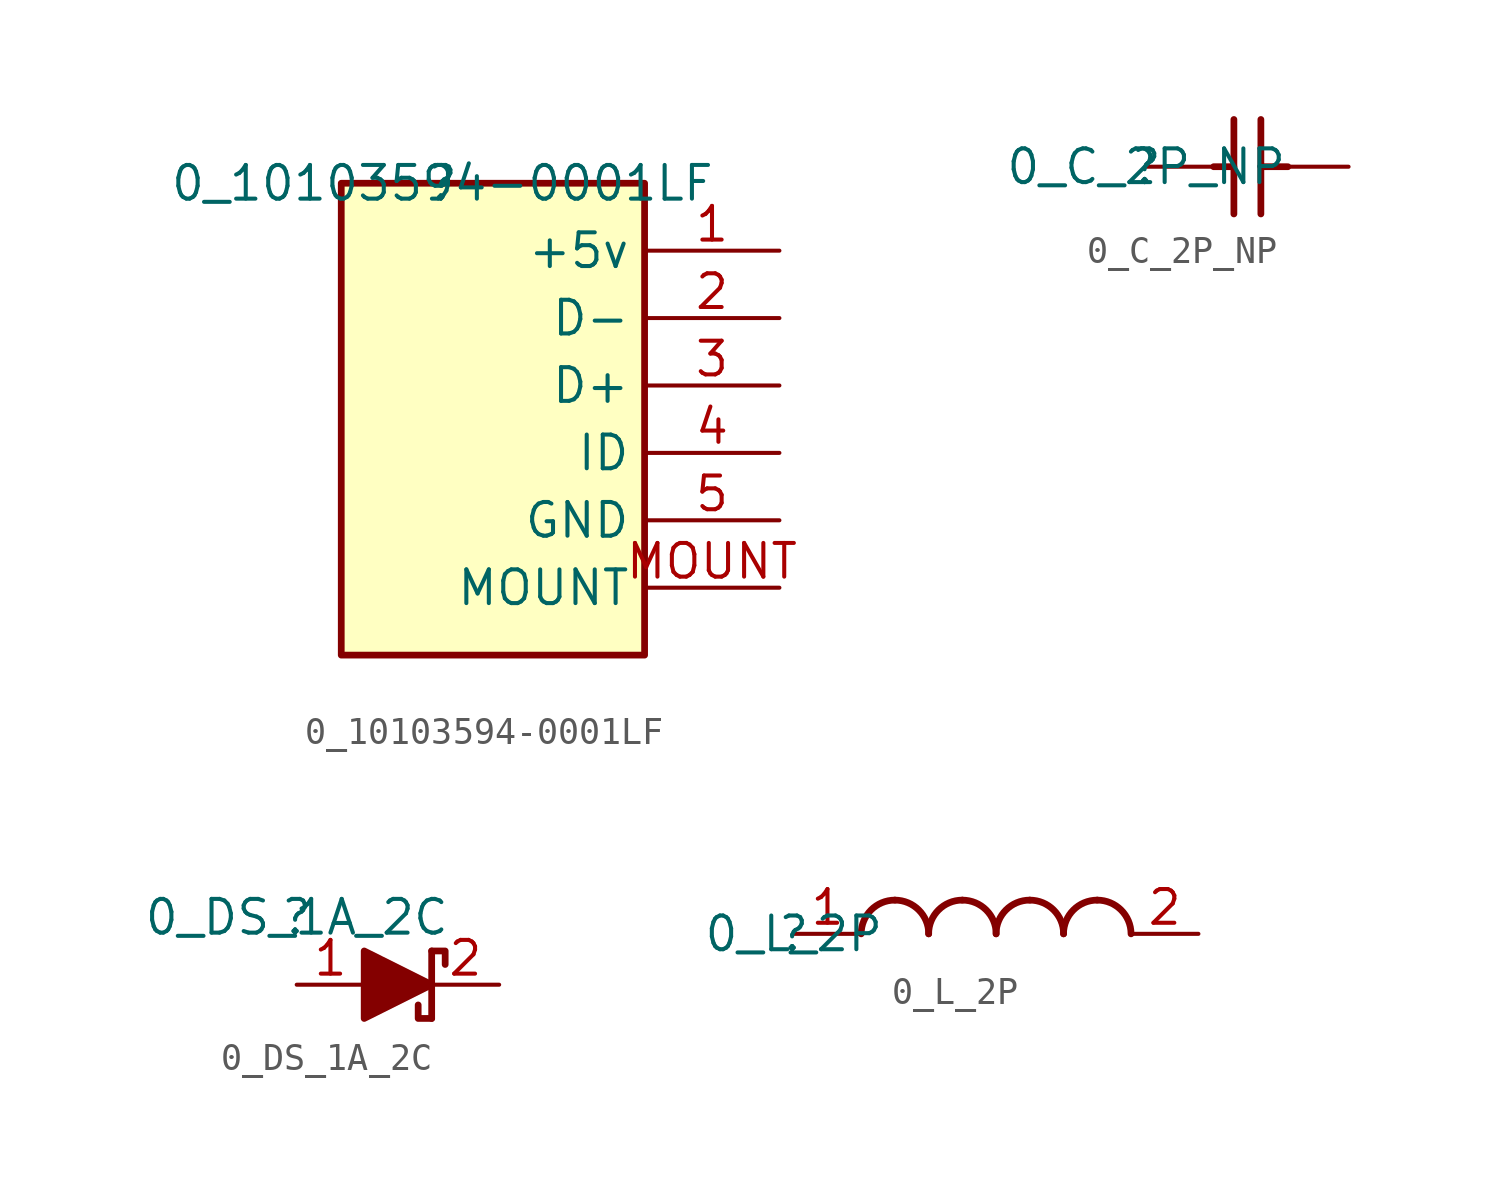
<source format=kicad_sym>
(kicad_symbol_lib
  (version 20211014)
  (generator kicad_symbol_editor)
  (symbol "0_10103594-0001LF"
    (property "Reference" ""
      (at 0 0 0)
      (effects (font (size 1.27 1.27))))
    (property "Value" "0_10103594-0001LF"
      (at 0 0 0)
      (effects (font (size 1.27 1.27))))
    (symbol "0_10103594-0001LF_1_0"
      (rectangle (start 7.62 0) (end -3.81 -17.78) (stroke (width 0.254) (type default) (color 0 0 0 0)) (fill (type background)))
      (pin passive line (at 12.7 -2.54 180) (length 5.08) (name "+5v" (effects (font (size 1.27 1.27)))) (number "1" (effects (font (size 1.27 1.27)))))
      (pin passive line (at 12.7 -5.08 180) (length 5.08) (name "D-" (effects (font (size 1.27 1.27)))) (number "2" (effects (font (size 1.27 1.27)))))
      (pin passive line (at 12.7 -7.62 180) (length 5.08) (name "D+" (effects (font (size 1.27 1.27)))) (number "3" (effects (font (size 1.27 1.27)))))
      (pin passive line (at 12.7 -10.16 180) (length 5.08) (name "ID" (effects (font (size 1.27 1.27)))) (number "4" (effects (font (size 1.27 1.27)))))
      (pin passive line (at 12.7 -12.7 180) (length 5.08) (name "GND" (effects (font (size 1.27 1.27)))) (number "5" (effects (font (size 1.27 1.27)))))
      (pin passive line (at 12.7 -15.24 180) (length 5.08) (name "MOUNT" (effects (font (size 1.27 1.27)))) (number "MOUNT" (effects (font (size 1.27 1.27)))))))
  (symbol "0_C_2P_NP"
    (property "Reference" ""
      (at 0 0 0)
      (effects (font (size 1.27 1.27))))
    (property "Value" "0_C_2P_NP"
      (at 0 0 0)
      (effects (font (size 1.27 1.27))))
    (symbol "0_C_2P_NP_1_0"
      (polyline (pts (xy 2.54 0) (xy 3.302 0)) (stroke (width 0.254) (type default) (color 0 0 0 0)) (fill (type none)))
      (polyline (pts (xy 3.302 1.778) (xy 3.302 -1.778)) (stroke (width 0.254) (type default) (color 0 0 0 0)) (fill (type none)))
      (polyline (pts (xy 4.318 1.778) (xy 4.318 -1.778)) (stroke (width 0.254) (type default) (color 0 0 0 0)) (fill (type none)))
      (polyline (pts (xy 5.334 0) (xy 4.318 0)) (stroke (width 0.254) (type default) (color 0 0 0 0)) (fill (type none)))
      (pin passive line (at 0 0 0) (length 2.54) (name "1" (effects (font (size 0 0)))) (number "1" (effects (font (size 0 0)))))
      (pin passive line (at 7.62 0 180) (length 2.54) (name "1" (effects (font (size 0 0)))) (number "2" (effects (font (size 0 0)))))))
  (symbol "0_DS_1A_2C"
    (property "Reference" ""
      (at 0 0 0)
      (effects (font (size 1.27 1.27))))
    (property "Value" "0_DS_1A_2C"
      (at 0 0 0)
      (effects (font (size 1.27 1.27))))
    (symbol "0_DS_1A_2C_1_0"
      (polyline (pts (xy 5.08 -1.27) (xy 5.08 -3.81)) (stroke (width 0.254) (type default) (color 0 0 0 0)) (fill (type none)))
      (polyline (pts (xy 5.08 -3.81) (xy 4.572 -3.81) (xy 4.572 -3.302)) (stroke (width 0.254) (type default) (color 0 0 0 0)) (fill (type none)))
      (polyline (pts (xy 5.08 -1.27) (xy 5.588 -1.27) (xy 5.588 -1.778)) (stroke (width 0.254) (type default) (color 0 0 0 0)) (fill (type none)))
      (polyline (pts (xy 2.54 -3.81) (xy 5.08 -2.54) (xy 2.54 -1.27) (xy 2.54 -3.81)) (stroke (width 0.254) (type default) (color 0 0 0 0)) (fill (type outline)))
      (pin passive line (at 0 -2.54 0) (length 2.54) (name "A" (effects (font (size 0 0)))) (number "1" (effects (font (size 1.27 1.27)))))
      (pin passive line (at 7.62 -2.54 180) (length 2.54) (name "K" (effects (font (size 0 0)))) (number "2" (effects (font (size 1.27 1.27)))))))
  (symbol "0_L_2P"
    (property "Reference" ""
      (at 0 0 0)
      (effects (font (size 1.27 1.27))))
    (property "Value" "0_L_2P"
      (at 0 0 0)
      (effects (font (size 1.27 1.27))))
    (symbol "0_L_2P_1_0"
      (arc (start 3.81 1.27) (mid 2.912 0.898) (end 2.54 0) (stroke (width 0.254) (type default) (color 0 0 0 0)) (fill (type none)))
      (arc (start 5.08 0) (mid 4.708 0.898) (end 3.81 1.27) (stroke (width 0.254) (type default) (color 0 0 0 0)) (fill (type none)))
      (arc (start 6.35 1.27) (mid 5.452 0.898) (end 5.08 0) (stroke (width 0.254) (type default) (color 0 0 0 0)) (fill (type none)))
      (arc (start 7.62 0) (mid 7.248 0.898) (end 6.35 1.27) (stroke (width 0.254) (type default) (color 0 0 0 0)) (fill (type none)))
      (arc (start 8.89 1.27) (mid 7.992 0.898) (end 7.62 0) (stroke (width 0.254) (type default) (color 0 0 0 0)) (fill (type none)))
      (arc (start 10.16 0) (mid 9.788 0.898) (end 8.89 1.27) (stroke (width 0.254) (type default) (color 0 0 0 0)) (fill (type none)))
      (arc (start 11.43 1.27) (mid 10.532 0.898) (end 10.16 0) (stroke (width 0.254) (type default) (color 0 0 0 0)) (fill (type none)))
      (arc (start 12.7 0) (mid 12.328 0.898) (end 11.43 1.27) (stroke (width 0.254) (type default) (color 0 0 0 0)) (fill (type none)))
      (pin passive line (at 0 0 0) (length 2.54) (name "1" (effects (font (size 0 0)))) (number "1" (effects (font (size 1.27 1.27)))))
      (pin passive line (at 15.24 0 180) (length 2.54) (name "2" (effects (font (size 0 0)))) (number "2" (effects (font (size 1.27 1.27))))))))
</source>
